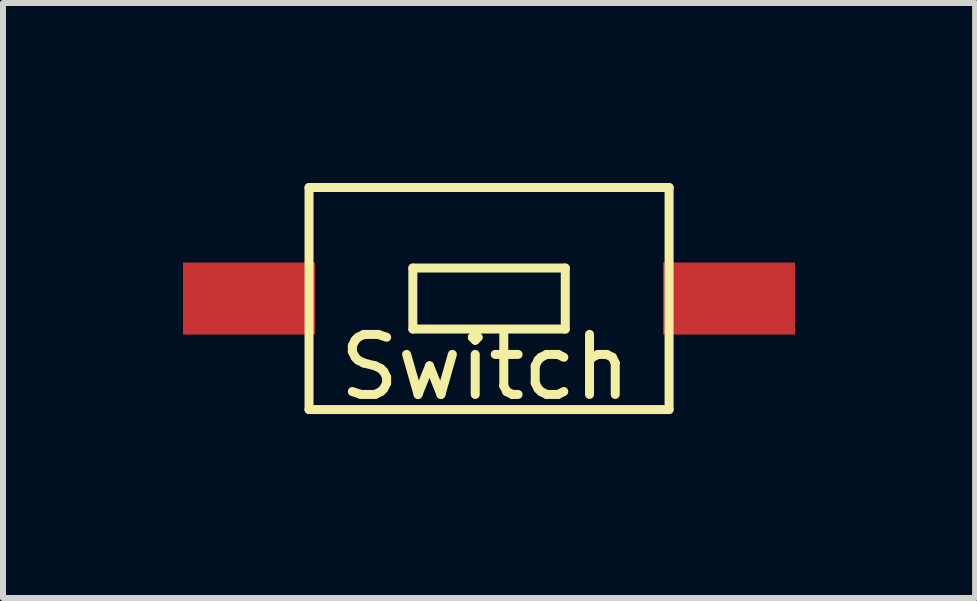
<source format=kicad_pcb>
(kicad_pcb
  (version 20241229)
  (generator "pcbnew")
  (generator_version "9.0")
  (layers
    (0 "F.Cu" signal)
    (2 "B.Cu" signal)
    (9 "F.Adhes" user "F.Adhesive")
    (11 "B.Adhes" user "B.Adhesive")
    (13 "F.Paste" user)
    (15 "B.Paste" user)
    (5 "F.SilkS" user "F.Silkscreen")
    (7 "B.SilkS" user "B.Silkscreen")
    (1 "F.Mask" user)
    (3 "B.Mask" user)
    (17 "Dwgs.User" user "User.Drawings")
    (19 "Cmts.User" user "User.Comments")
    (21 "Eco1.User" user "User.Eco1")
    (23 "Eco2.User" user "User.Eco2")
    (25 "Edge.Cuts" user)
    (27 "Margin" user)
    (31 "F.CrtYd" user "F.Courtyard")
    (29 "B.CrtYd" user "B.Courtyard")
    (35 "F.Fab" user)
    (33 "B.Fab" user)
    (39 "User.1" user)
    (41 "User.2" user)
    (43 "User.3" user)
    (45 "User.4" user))
  (footprint "Switch"
    (layer "F.Cu")
    (at 5.1 1.925)
    (property "Reference" "Switch" (at -0.064 1.143 0) (layer "F.SilkS") (effects (font (size 1 1) (thickness 0.15))))
    (attr through_hole)
    (fp_line (start -3 1.85) (end -3 -1.85) (stroke (width 0.15) (type solid)) (layer "F.SilkS"))
    (fp_line (start -3 1.85) (end 3 1.85) (stroke (width 0.15) (type solid)) (layer "F.SilkS"))
    (fp_line (start -1.27 -0.508) (end 1.27 -0.508) (stroke (width 0.15) (type solid)) (layer "F.SilkS"))
    (fp_line (start -1.27 0.508) (end -1.27 -0.508) (stroke (width 0.15) (type solid)) (layer "F.SilkS"))
    (fp_line (start 1.27 -0.508) (end 1.27 0.508) (stroke (width 0.15) (type solid)) (layer "F.SilkS"))
    (fp_line (start 1.27 0.508) (end -1.27 0.508) (stroke (width 0.15) (type solid)) (layer "F.SilkS"))
    (fp_line (start 3 -1.85) (end -3 -1.85) (stroke (width 0.15) (type solid)) (layer "F.SilkS"))
    (fp_line (start 3 -1.85) (end 3 1.85) (stroke (width 0.15) (type solid)) (layer "F.SilkS"))
    (pad "1" smd rect (at 4 0) (size 2.2 1.2) (layers "F.Cu" "F.Mask" "F.Paste"))
    (pad "2" smd rect (at -4 0) (size 2.2 1.2) (layers "F.Cu" "F.Mask" "F.Paste")))
  (gr_rect
    (start -3 -3)
    (end 13.2 6.916)
    (stroke (width 0.1) (type default))
    (fill no)
    (layer "Edge.Cuts")))
</source>
